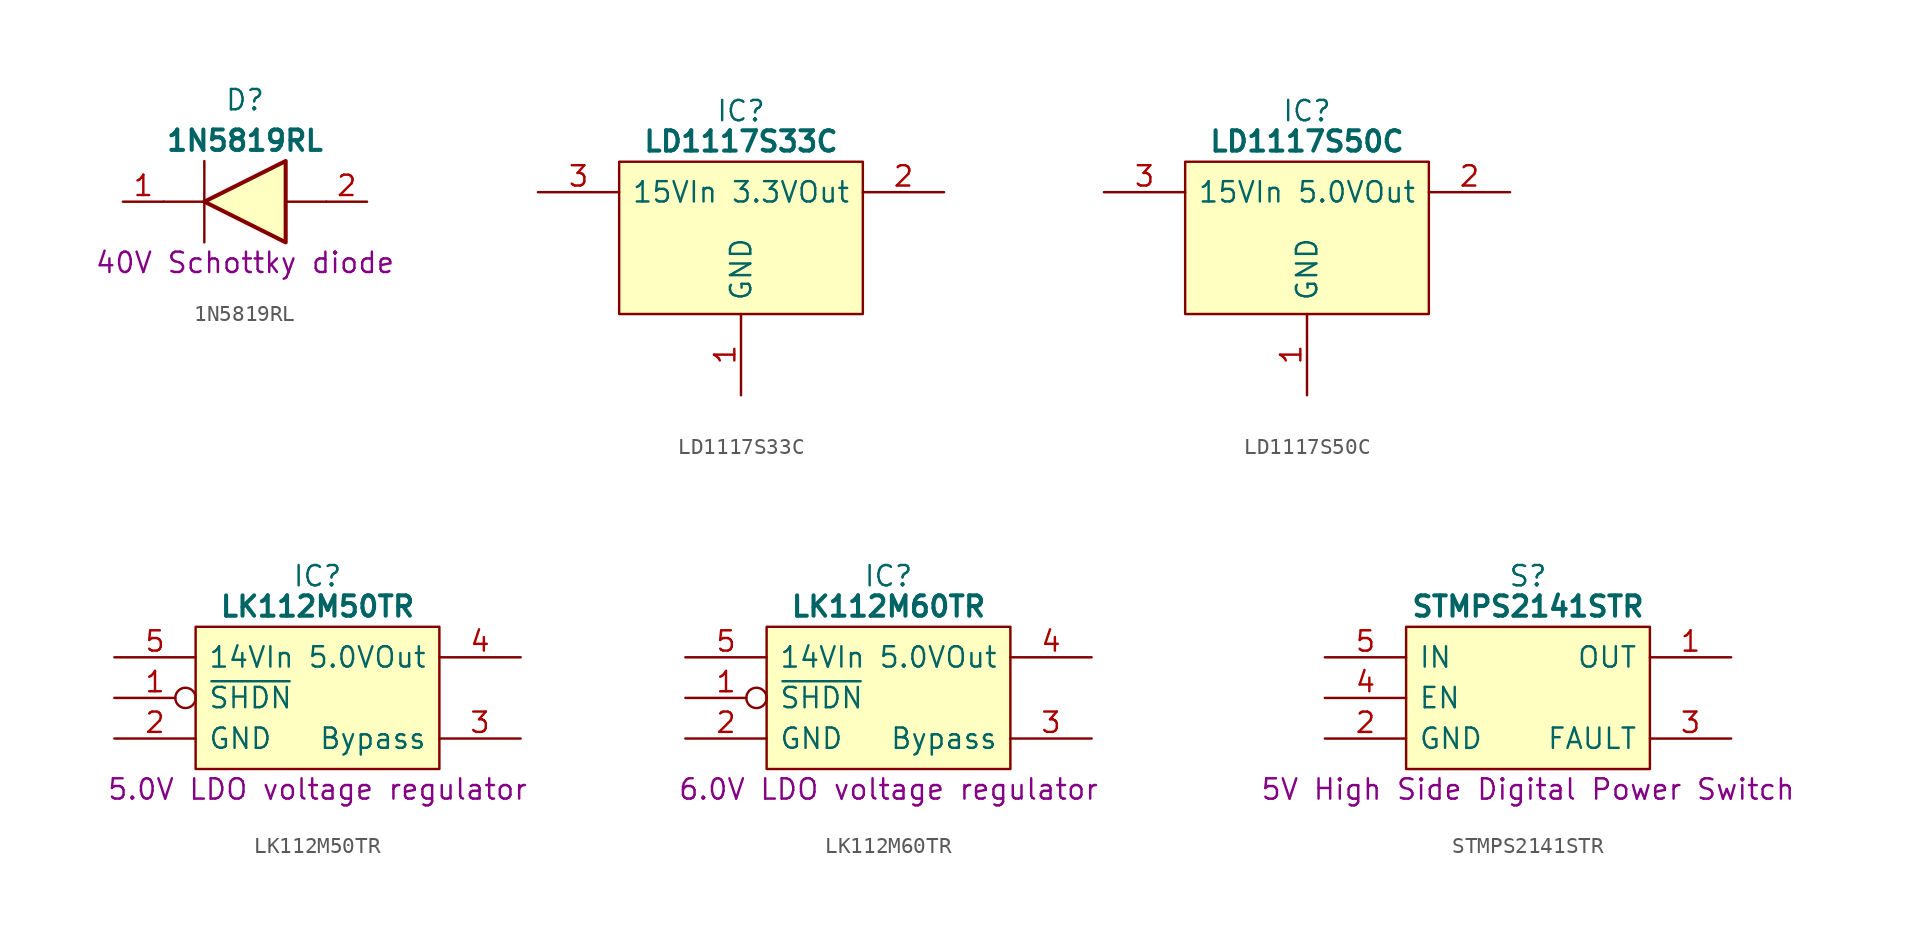
<source format=kicad_sym>
(kicad_symbol_lib
  (version 20231120)
  (generator "kicad_symbol_editor")
  (generator_version "8.0")
  (symbol "1N5819RL"
    (pin_names
      (offset 0.762))
    (property "Reference" "D"
      (at 7.62 6.35 0)
      (effects (font (size 1.27 1.27))))
    (property "Value" "1N5819RL"
      (at 7.62 3.81 0)
      (effects (font (size 1.27 1.27) (bold yes))))
    (property "Description" "40V Schottky diode"
      (at 7.62 -3.81 0)
      (effects (font (size 1.27 1.27))))
    (symbol "1N5819RL_0_0"
      (pin passive line (at 0 0 0) (length 2.54) (name "~" (effects (font (size 1.27 1.27)))) (number "1" (effects (font (size 1.27 1.27)))))
      (pin passive line (at 15.24 0 180) (length 2.54) (name "~" (effects (font (size 1.27 1.27)))) (number "2" (effects (font (size 1.27 1.27))))))
    (symbol "1N5819RL_0_1"
      (polyline (pts (xy 2.54 0) (xy 5.08 0)) (stroke (width 0.152) (type default)) (fill (type none)))
      (polyline (pts (xy 5.08 2.54) (xy 5.08 -2.54)) (stroke (width 0.152) (type default)) (fill (type none)))
      (polyline (pts (xy 10.16 0) (xy 12.7 0)) (stroke (width 0.152) (type default)) (fill (type none)))
      (polyline (pts (xy 5.08 0) (xy 10.16 2.54) (xy 10.16 -2.54) (xy 5.08 0)) (stroke (width 0.254) (type default)) (fill (type background)))))
  (symbol "LD1117S33C"
    (pin_names
      (offset 0.762))
    (property "Reference" "IC"
      (at 7.62 5.08 0)
      (effects (font (size 1.27 1.27))))
    (property "Value" "LD1117S33C"
      (at 7.62 3.175 0)
      (effects (font (size 1.27 1.27) (bold yes))))
    (symbol "LD1117S33C_0_0"
      (pin passive line (at 7.62 -12.7 90) (length 5.08) (name "GND" (effects (font (size 1.27 1.27)))) (number "1" (effects (font (size 1.27 1.27))))))
    (symbol "LD1117S33C_0_1"
      (polyline (pts (xy 0 1.905) (xy 15.24 1.905) (xy 15.24 -7.62) (xy 0 -7.62) (xy 0 1.905)) (stroke (width 0.152) (type default)) (fill (type background))))
    (symbol "LD1117S33C_1_0"
      (pin passive line (at 20.32 0 180) (length 5.08) (name "3.3VOut" (effects (font (size 1.27 1.27)))) (number "2" (effects (font (size 1.27 1.27)))))
      (pin passive line (at -5.08 0 0) (length 5.08) (name "15VIn" (effects (font (size 1.27 1.27)))) (number "3" (effects (font (size 1.27 1.27)))))
      (pin no_connect line (at 10.16 -12.7 90) (length 5.08) hide (name "N.C" (effects (font (size 1.27 1.27)))) (number "4" (effects (font (size 1.27 1.27)))))))
  (symbol "LD1117S50C"
    (pin_names
      (offset 0.762))
    (property "Reference" "IC"
      (at 7.62 5.08 0)
      (effects (font (size 1.27 1.27))))
    (property "Value" "LD1117S50C"
      (at 7.62 3.175 0)
      (effects (font (size 1.27 1.27) (bold yes))))
    (symbol "LD1117S50C_0_0"
      (pin passive line (at 7.62 -12.7 90) (length 5.08) (name "GND" (effects (font (size 1.27 1.27)))) (number "1" (effects (font (size 1.27 1.27))))))
    (symbol "LD1117S50C_0_1"
      (polyline (pts (xy 0 1.905) (xy 15.24 1.905) (xy 15.24 -7.62) (xy 0 -7.62) (xy 0 1.905)) (stroke (width 0.152) (type default)) (fill (type background))))
    (symbol "LD1117S50C_1_0"
      (pin passive line (at 20.32 0 180) (length 5.08) (name "5.0VOut" (effects (font (size 1.27 1.27)))) (number "2" (effects (font (size 1.27 1.27)))))
      (pin passive line (at -5.08 0 0) (length 5.08) (name "15VIn" (effects (font (size 1.27 1.27)))) (number "3" (effects (font (size 1.27 1.27)))))
      (pin no_connect line (at 10.16 -12.7 90) (length 5.08) hide (name "N.C" (effects (font (size 1.27 1.27)))) (number "4" (effects (font (size 1.27 1.27)))))))
  (symbol "LK112M50TR"
    (pin_names
      (offset 0.762))
    (property "Reference" "IC"
      (at 12.7 5.08 0)
      (effects (font (size 1.27 1.27))))
    (property "Value" "LK112M50TR"
      (at 12.7 3.175 0)
      (effects (font (size 1.27 1.27) (bold yes))))
    (property "Description" "5.0V LDO voltage regulator"
      (at 12.7 -8.255 0)
      (effects (font (size 1.27 1.27))))
    (symbol "LK112M50TR_0_0"
      (pin passive line (at 0 -5.08 0) (length 5.08) (name "GND" (effects (font (size 1.27 1.27)))) (number "2" (effects (font (size 1.27 1.27))))))
    (symbol "LK112M50TR_0_1"
      (polyline (pts (xy 5.08 1.905) (xy 20.32 1.905) (xy 20.32 -6.985) (xy 5.08 -6.985) (xy 5.08 1.905)) (stroke (width 0) (type default)) (fill (type background))))
    (symbol "LK112M50TR_1_0"
      (pin input inverted (at 0 -2.54 0) (length 5.08) (name "~{SHDN}" (effects (font (size 1.27 1.27)))) (number "1" (effects (font (size 1.27 1.27)))))
      (pin passive line (at 25.4 -5.08 180) (length 5.08) (name "Bypass" (effects (font (size 1.27 1.27)))) (number "3" (effects (font (size 1.27 1.27)))))
      (pin passive line (at 25.4 0 180) (length 5.08) (name "5.0VOut" (effects (font (size 1.27 1.27)))) (number "4" (effects (font (size 1.27 1.27)))))
      (pin passive line (at 0 0 0) (length 5.08) (name "14VIn" (effects (font (size 1.27 1.27)))) (number "5" (effects (font (size 1.27 1.27)))))))
  (symbol "LK112M60TR"
    (pin_names
      (offset 0.762))
    (property "Reference" "IC"
      (at 12.7 5.08 0)
      (effects (font (size 1.27 1.27))))
    (property "Value" "LK112M60TR"
      (at 12.7 3.175 0)
      (effects (font (size 1.27 1.27) (bold yes))))
    (property "Description" "6.0V LDO voltage regulator"
      (at 12.7 -8.255 0)
      (effects (font (size 1.27 1.27))))
    (symbol "LK112M60TR_0_0"
      (pin passive line (at 0 -5.08 0) (length 5.08) (name "GND" (effects (font (size 1.27 1.27)))) (number "2" (effects (font (size 1.27 1.27))))))
    (symbol "LK112M60TR_0_1"
      (polyline (pts (xy 5.08 1.905) (xy 20.32 1.905) (xy 20.32 -6.985) (xy 5.08 -6.985) (xy 5.08 1.905)) (stroke (width 0) (type default)) (fill (type background))))
    (symbol "LK112M60TR_1_0"
      (pin input inverted (at 0 -2.54 0) (length 5.08) (name "~{SHDN}" (effects (font (size 1.27 1.27)))) (number "1" (effects (font (size 1.27 1.27)))))
      (pin passive line (at 25.4 -5.08 180) (length 5.08) (name "Bypass" (effects (font (size 1.27 1.27)))) (number "3" (effects (font (size 1.27 1.27)))))
      (pin passive line (at 25.4 0 180) (length 5.08) (name "5.0VOut" (effects (font (size 1.27 1.27)))) (number "4" (effects (font (size 1.27 1.27)))))
      (pin passive line (at 0 0 0) (length 5.08) (name "14VIn" (effects (font (size 1.27 1.27)))) (number "5" (effects (font (size 1.27 1.27)))))))
  (symbol "STMPS2141STR"
    (pin_names
      (offset 0.762))
    (property "Reference" "S"
      (at 12.7 5.08 0)
      (effects (font (size 1.27 1.27))))
    (property "Value" "STMPS2141STR"
      (at 12.7 3.175 0)
      (effects (font (size 1.27 1.27) (thickness 0.254) (bold yes))))
    (property "Description" "5V High Side Digital Power Switch"
      (at 12.7 -8.255 0)
      (effects (font (size 1.27 1.27))))
    (property "Silkscreen" ""
      (at 0 0 0)
      (effects (font (size 1.27 1.27))))
    (symbol "STMPS2141STR_0_0"
      (pin passive line (at 25.4 0 180) (length 5.08) (name "OUT" (effects (font (size 1.27 1.27)))) (number "1" (effects (font (size 1.27 1.27)))))
      (pin passive line (at 0 -5.08 0) (length 5.08) (name "GND" (effects (font (size 1.27 1.27)))) (number "2" (effects (font (size 1.27 1.27)))))
      (pin passive line (at 25.4 -5.08 180) (length 5.08) (name "FAULT" (effects (font (size 1.27 1.27)))) (number "3" (effects (font (size 1.27 1.27)))))
      (pin passive line (at 0 -2.54 0) (length 5.08) (name "EN" (effects (font (size 1.27 1.27)))) (number "4" (effects (font (size 1.27 1.27)))))
      (pin passive line (at 0 0 0) (length 5.08) (name "IN" (effects (font (size 1.27 1.27)))) (number "5" (effects (font (size 1.27 1.27))))))
    (symbol "STMPS2141STR_0_1"
      (polyline (pts (xy 5.08 1.905) (xy 20.32 1.905) (xy 20.32 -6.985) (xy 5.08 -6.985) (xy 5.08 1.905)) (stroke (width 0) (type default)) (fill (type background))))))
</source>
